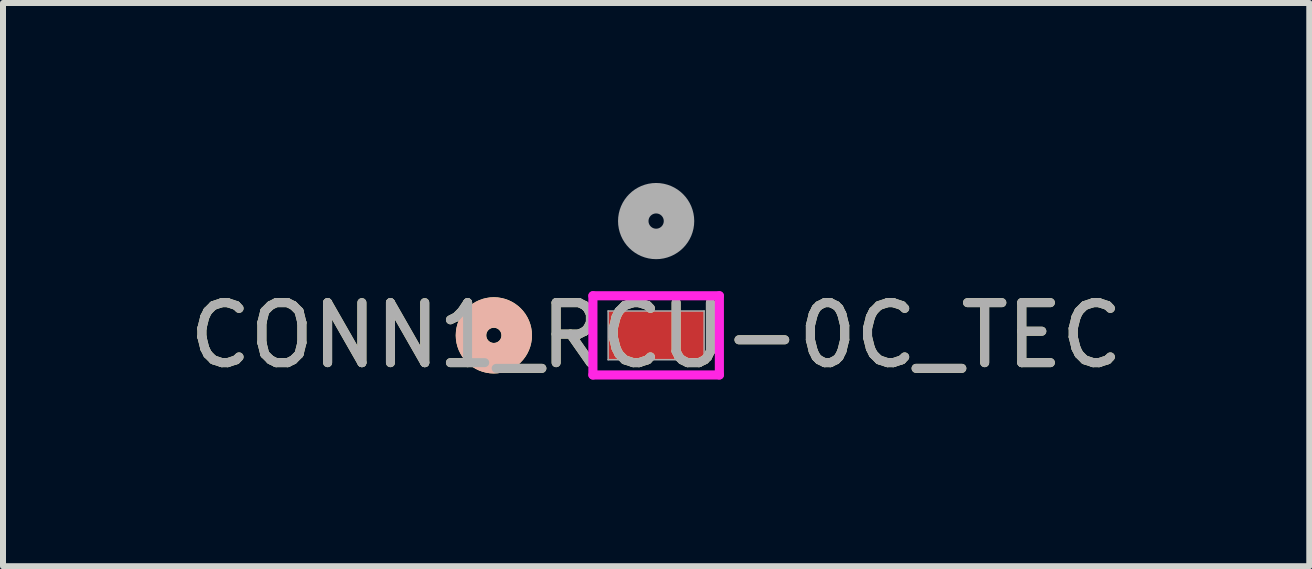
<source format=kicad_pcb>
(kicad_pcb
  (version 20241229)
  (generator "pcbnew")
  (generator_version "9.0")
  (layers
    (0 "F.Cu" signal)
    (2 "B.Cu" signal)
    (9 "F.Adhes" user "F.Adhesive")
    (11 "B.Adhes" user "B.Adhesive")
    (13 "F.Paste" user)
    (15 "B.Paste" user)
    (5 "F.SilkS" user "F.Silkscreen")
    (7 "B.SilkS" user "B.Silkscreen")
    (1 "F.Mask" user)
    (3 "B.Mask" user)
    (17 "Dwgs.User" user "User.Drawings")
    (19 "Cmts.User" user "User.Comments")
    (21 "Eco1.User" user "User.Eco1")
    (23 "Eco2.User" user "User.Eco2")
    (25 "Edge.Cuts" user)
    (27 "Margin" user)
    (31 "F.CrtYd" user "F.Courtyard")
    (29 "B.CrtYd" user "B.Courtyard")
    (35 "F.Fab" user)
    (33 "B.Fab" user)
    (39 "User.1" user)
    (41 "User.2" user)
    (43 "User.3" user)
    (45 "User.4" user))
  (footprint "CONN1_RCU-0C_TEC"
    (layer "F.Cu")
    (at 7.887 2.54)
    (property "Reference" "CONN1_RCU-0C_TEC" (at 0 0 0) (unlocked yes) (layer "F.SilkS") (effects (font (size 1 1) (thickness 0.15))))
    (attr smd)
    (fp_circle (center -2.705 0) (end -2.324 0) (stroke (width 0.508) (type solid)) (fill no) (layer "F.SilkS"))
    (fp_circle (center -2.705 0) (end -2.324 0) (stroke (width 0.508) (type solid)) (fill no) (layer "B.SilkS"))
    (fp_line (start -1.054 -0.66) (end -1.054 0.66) (stroke (width 0.152) (type solid)) (layer "F.CrtYd"))
    (fp_line (start -1.054 0.66) (end 1.054 0.66) (stroke (width 0.152) (type solid)) (layer "F.CrtYd"))
    (fp_line (start 1.054 -0.66) (end -1.054 -0.66) (stroke (width 0.152) (type solid)) (layer "F.CrtYd"))
    (fp_line (start 1.054 0.66) (end 1.054 -0.66) (stroke (width 0.152) (type solid)) (layer "F.CrtYd"))
    (fp_line (start -0.8 -0.406) (end -0.8 0.406) (stroke (width 0.025) (type solid)) (layer "F.Fab"))
    (fp_line (start -0.8 0.406) (end 0.8 0.406) (stroke (width 0.025) (type solid)) (layer "F.Fab"))
    (fp_line (start 0.8 -0.406) (end -0.8 -0.406) (stroke (width 0.025) (type solid)) (layer "F.Fab"))
    (fp_line (start 0.8 0.406) (end 0.8 -0.406) (stroke (width 0.025) (type solid)) (layer "F.Fab"))
    (fp_circle (center 0 -1.905) (end 0.381 -1.905) (stroke (width 0.508) (type solid)) (fill no) (layer "F.Fab"))
    (fp_text user "${REFERENCE}" (at 0 0 0) (unlocked yes) (layer "F.Fab") (effects (font (size 1 1) (thickness 0.15))))
    (pad "1" smd rect (at 0 0) (size 1.6 0.813) (layers "F.Cu" "F.Mask" "F.Paste")))
  (gr_rect
    (start -3 -3)
    (end 18.774 6.388)
    (stroke (width 0.1) (type default))
    (fill no)
    (layer "Edge.Cuts")))
</source>
